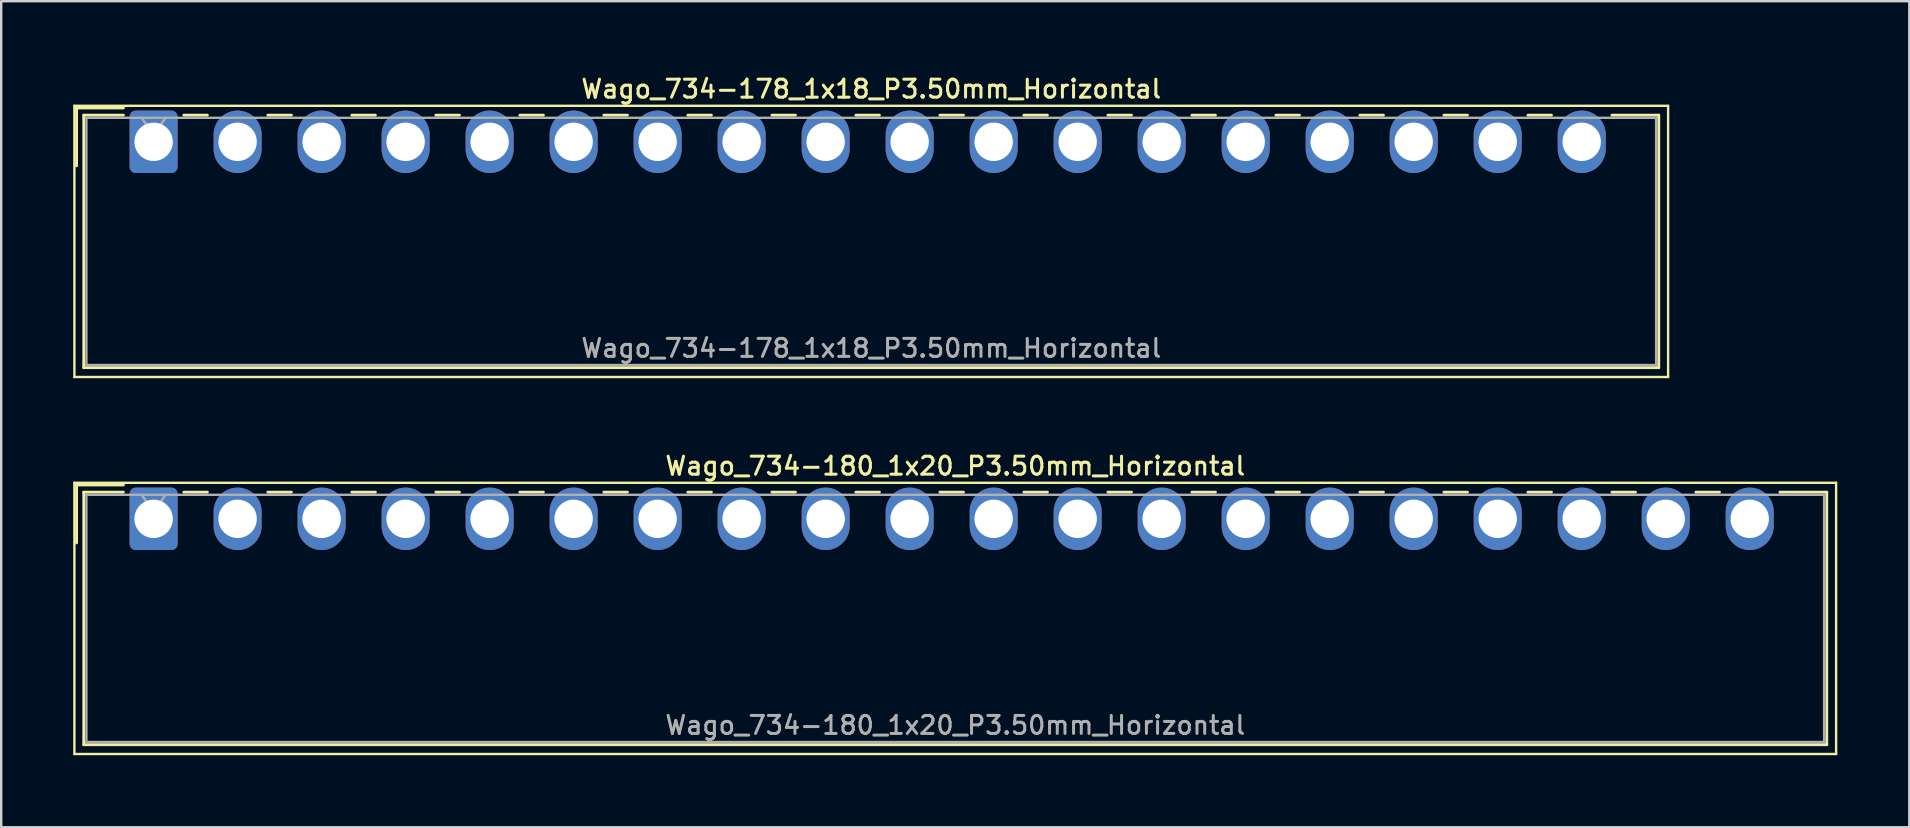
<source format=kicad_pcb>
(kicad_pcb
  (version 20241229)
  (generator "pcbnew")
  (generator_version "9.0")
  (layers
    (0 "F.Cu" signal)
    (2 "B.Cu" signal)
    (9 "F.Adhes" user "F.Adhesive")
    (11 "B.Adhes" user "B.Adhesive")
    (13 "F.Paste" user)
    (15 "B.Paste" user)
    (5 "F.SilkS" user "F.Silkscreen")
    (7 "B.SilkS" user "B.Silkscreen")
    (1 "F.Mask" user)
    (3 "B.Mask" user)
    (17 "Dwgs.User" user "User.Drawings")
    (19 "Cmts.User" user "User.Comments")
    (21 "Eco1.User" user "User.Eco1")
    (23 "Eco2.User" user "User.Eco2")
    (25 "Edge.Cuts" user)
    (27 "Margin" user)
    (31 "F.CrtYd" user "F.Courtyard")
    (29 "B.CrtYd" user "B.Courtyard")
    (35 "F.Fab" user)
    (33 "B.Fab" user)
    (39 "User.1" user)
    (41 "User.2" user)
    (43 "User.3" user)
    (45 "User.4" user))
  (footprint "Wago_734-180_1x20_P3.50mm_Horizontal"
    (layer "F.Cu")
    (at 3.35 18.566)
    (property "Reference" "Wago_734-180_1x20_P3.50mm_Horizontal" (at 33.4 -2.2 0) (layer "F.SilkS") (effects (font (size 0.75 0.75) (thickness 0.125))))
    (attr through_hole)
    (fp_line (start -3.3 -1.5) (end -3.3 9.8) (stroke (width 0.1) (type solid)) (layer "F.SilkS"))
    (fp_line (start -3.3 9.8) (end 70.1 9.8) (stroke (width 0.1) (type solid)) (layer "F.SilkS"))
    (fp_line (start -3.21 -1.41) (end -1.26 -1.41) (stroke (width 0.12) (type solid)) (layer "F.SilkS"))
    (fp_line (start -3.21 1) (end -3.21 -1.41) (stroke (width 0.12) (type solid)) (layer "F.SilkS"))
    (fp_line (start -2.91 -1.11) (end -2.91 9.41) (stroke (width 0.12) (type solid)) (layer "F.SilkS"))
    (fp_line (start -2.91 9.41) (end 69.71 9.41) (stroke (width 0.12) (type solid)) (layer "F.SilkS"))
    (fp_line (start -1.26 -1.11) (end -2.91 -1.11) (stroke (width 0.12) (type solid)) (layer "F.SilkS"))
    (fp_line (start 1.26 -1.11) (end 2.24 -1.11) (stroke (width 0.12) (type solid)) (layer "F.SilkS"))
    (fp_line (start 4.76 -1.11) (end 5.74 -1.11) (stroke (width 0.12) (type solid)) (layer "F.SilkS"))
    (fp_line (start 8.26 -1.11) (end 9.24 -1.11) (stroke (width 0.12) (type solid)) (layer "F.SilkS"))
    (fp_line (start 11.76 -1.11) (end 12.74 -1.11) (stroke (width 0.12) (type solid)) (layer "F.SilkS"))
    (fp_line (start 15.26 -1.11) (end 16.24 -1.11) (stroke (width 0.12) (type solid)) (layer "F.SilkS"))
    (fp_line (start 18.76 -1.11) (end 19.74 -1.11) (stroke (width 0.12) (type solid)) (layer "F.SilkS"))
    (fp_line (start 22.26 -1.11) (end 23.24 -1.11) (stroke (width 0.12) (type solid)) (layer "F.SilkS"))
    (fp_line (start 25.76 -1.11) (end 26.74 -1.11) (stroke (width 0.12) (type solid)) (layer "F.SilkS"))
    (fp_line (start 29.26 -1.11) (end 30.24 -1.11) (stroke (width 0.12) (type solid)) (layer "F.SilkS"))
    (fp_line (start 32.76 -1.11) (end 33.74 -1.11) (stroke (width 0.12) (type solid)) (layer "F.SilkS"))
    (fp_line (start 36.26 -1.11) (end 37.24 -1.11) (stroke (width 0.12) (type solid)) (layer "F.SilkS"))
    (fp_line (start 39.76 -1.11) (end 40.74 -1.11) (stroke (width 0.12) (type solid)) (layer "F.SilkS"))
    (fp_line (start 43.26 -1.11) (end 44.24 -1.11) (stroke (width 0.12) (type solid)) (layer "F.SilkS"))
    (fp_line (start 46.76 -1.11) (end 47.74 -1.11) (stroke (width 0.12) (type solid)) (layer "F.SilkS"))
    (fp_line (start 50.26 -1.11) (end 51.24 -1.11) (stroke (width 0.12) (type solid)) (layer "F.SilkS"))
    (fp_line (start 53.76 -1.11) (end 54.74 -1.11) (stroke (width 0.12) (type solid)) (layer "F.SilkS"))
    (fp_line (start 57.26 -1.11) (end 58.24 -1.11) (stroke (width 0.12) (type solid)) (layer "F.SilkS"))
    (fp_line (start 60.76 -1.11) (end 61.74 -1.11) (stroke (width 0.12) (type solid)) (layer "F.SilkS"))
    (fp_line (start 64.26 -1.11) (end 65.24 -1.11) (stroke (width 0.12) (type solid)) (layer "F.SilkS"))
    (fp_line (start 69.71 -1.11) (end 67.76 -1.11) (stroke (width 0.12) (type solid)) (layer "F.SilkS"))
    (fp_line (start 69.71 9.41) (end 69.71 -1.11) (stroke (width 0.12) (type solid)) (layer "F.SilkS"))
    (fp_line (start 70.1 -1.5) (end -3.3 -1.5) (stroke (width 0.1) (type solid)) (layer "F.SilkS"))
    (fp_line (start 70.1 9.8) (end 70.1 -1.5) (stroke (width 0.1) (type solid)) (layer "F.SilkS"))
    (fp_line (start -2.8 -1) (end -2.8 9.3) (stroke (width 0.1) (type solid)) (layer "F.Fab"))
    (fp_line (start -2.8 9.3) (end 69.6 9.3) (stroke (width 0.1) (type solid)) (layer "F.Fab"))
    (fp_line (start -0.5 -1) (end 0 -0.293) (stroke (width 0.1) (type solid)) (layer "F.Fab"))
    (fp_line (start 0 -0.293) (end 0.5 -1) (stroke (width 0.1) (type solid)) (layer "F.Fab"))
    (fp_line (start 69.6 -1) (end -2.8 -1) (stroke (width 0.1) (type solid)) (layer "F.Fab"))
    (fp_line (start 69.6 9.3) (end 69.6 -1) (stroke (width 0.1) (type solid)) (layer "F.Fab"))
    (fp_text user "${REFERENCE}" (at 33.4 8.6 0) (layer "F.Fab") (effects (font (size 0.75 0.75) (thickness 0.125))))
    (pad "1" thru_hole roundrect (at 0 0) (size 2 2.6) (drill 1.6) (layers "*.Cu" "*.Mask") (roundrect_rratio 0.125))
    (pad "2" thru_hole oval (at 3.5 0) (size 2 2.6) (drill 1.6) (layers "*.Cu" "*.Mask"))
    (pad "3" thru_hole oval (at 7 0) (size 2 2.6) (drill 1.6) (layers "*.Cu" "*.Mask"))
    (pad "4" thru_hole oval (at 10.5 0) (size 2 2.6) (drill 1.6) (layers "*.Cu" "*.Mask"))
    (pad "5" thru_hole oval (at 14 0) (size 2 2.6) (drill 1.6) (layers "*.Cu" "*.Mask"))
    (pad "6" thru_hole oval (at 17.5 0) (size 2 2.6) (drill 1.6) (layers "*.Cu" "*.Mask"))
    (pad "7" thru_hole oval (at 21 0) (size 2 2.6) (drill 1.6) (layers "*.Cu" "*.Mask"))
    (pad "8" thru_hole oval (at 24.5 0) (size 2 2.6) (drill 1.6) (layers "*.Cu" "*.Mask"))
    (pad "9" thru_hole oval (at 28 0) (size 2 2.6) (drill 1.6) (layers "*.Cu" "*.Mask"))
    (pad "10" thru_hole oval (at 31.5 0) (size 2 2.6) (drill 1.6) (layers "*.Cu" "*.Mask"))
    (pad "11" thru_hole oval (at 35 0) (size 2 2.6) (drill 1.6) (layers "*.Cu" "*.Mask"))
    (pad "12" thru_hole oval (at 38.5 0) (size 2 2.6) (drill 1.6) (layers "*.Cu" "*.Mask"))
    (pad "13" thru_hole oval (at 42 0) (size 2 2.6) (drill 1.6) (layers "*.Cu" "*.Mask"))
    (pad "14" thru_hole oval (at 45.5 0) (size 2 2.6) (drill 1.6) (layers "*.Cu" "*.Mask"))
    (pad "15" thru_hole oval (at 49 0) (size 2 2.6) (drill 1.6) (layers "*.Cu" "*.Mask"))
    (pad "16" thru_hole oval (at 52.5 0) (size 2 2.6) (drill 1.6) (layers "*.Cu" "*.Mask"))
    (pad "17" thru_hole oval (at 56 0) (size 2 2.6) (drill 1.6) (layers "*.Cu" "*.Mask"))
    (pad "18" thru_hole oval (at 59.5 0) (size 2 2.6) (drill 1.6) (layers "*.Cu" "*.Mask"))
    (pad "19" thru_hole oval (at 63 0) (size 2 2.6) (drill 1.6) (layers "*.Cu" "*.Mask"))
    (pad "20" thru_hole oval (at 66.5 0) (size 2 2.6) (drill 1.6) (layers "*.Cu" "*.Mask")))
  (footprint "Wago_734-178_1x18_P3.50mm_Horizontal"
    (layer "F.Cu")
    (at 3.35 2.858)
    (property "Reference" "Wago_734-178_1x18_P3.50mm_Horizontal" (at 29.9 -2.2 0) (layer "F.SilkS") (effects (font (size 0.75 0.75) (thickness 0.125))))
    (attr through_hole)
    (fp_line (start -3.3 -1.5) (end -3.3 9.8) (stroke (width 0.1) (type solid)) (layer "F.SilkS"))
    (fp_line (start -3.3 9.8) (end 63.1 9.8) (stroke (width 0.1) (type solid)) (layer "F.SilkS"))
    (fp_line (start -3.21 -1.41) (end -1.26 -1.41) (stroke (width 0.12) (type solid)) (layer "F.SilkS"))
    (fp_line (start -3.21 1) (end -3.21 -1.41) (stroke (width 0.12) (type solid)) (layer "F.SilkS"))
    (fp_line (start -2.91 -1.11) (end -2.91 9.41) (stroke (width 0.12) (type solid)) (layer "F.SilkS"))
    (fp_line (start -2.91 9.41) (end 62.71 9.41) (stroke (width 0.12) (type solid)) (layer "F.SilkS"))
    (fp_line (start -1.26 -1.11) (end -2.91 -1.11) (stroke (width 0.12) (type solid)) (layer "F.SilkS"))
    (fp_line (start 1.26 -1.11) (end 2.24 -1.11) (stroke (width 0.12) (type solid)) (layer "F.SilkS"))
    (fp_line (start 4.76 -1.11) (end 5.74 -1.11) (stroke (width 0.12) (type solid)) (layer "F.SilkS"))
    (fp_line (start 8.26 -1.11) (end 9.24 -1.11) (stroke (width 0.12) (type solid)) (layer "F.SilkS"))
    (fp_line (start 11.76 -1.11) (end 12.74 -1.11) (stroke (width 0.12) (type solid)) (layer "F.SilkS"))
    (fp_line (start 15.26 -1.11) (end 16.24 -1.11) (stroke (width 0.12) (type solid)) (layer "F.SilkS"))
    (fp_line (start 18.76 -1.11) (end 19.74 -1.11) (stroke (width 0.12) (type solid)) (layer "F.SilkS"))
    (fp_line (start 22.26 -1.11) (end 23.24 -1.11) (stroke (width 0.12) (type solid)) (layer "F.SilkS"))
    (fp_line (start 25.76 -1.11) (end 26.74 -1.11) (stroke (width 0.12) (type solid)) (layer "F.SilkS"))
    (fp_line (start 29.26 -1.11) (end 30.24 -1.11) (stroke (width 0.12) (type solid)) (layer "F.SilkS"))
    (fp_line (start 32.76 -1.11) (end 33.74 -1.11) (stroke (width 0.12) (type solid)) (layer "F.SilkS"))
    (fp_line (start 36.26 -1.11) (end 37.24 -1.11) (stroke (width 0.12) (type solid)) (layer "F.SilkS"))
    (fp_line (start 39.76 -1.11) (end 40.74 -1.11) (stroke (width 0.12) (type solid)) (layer "F.SilkS"))
    (fp_line (start 43.26 -1.11) (end 44.24 -1.11) (stroke (width 0.12) (type solid)) (layer "F.SilkS"))
    (fp_line (start 46.76 -1.11) (end 47.74 -1.11) (stroke (width 0.12) (type solid)) (layer "F.SilkS"))
    (fp_line (start 50.26 -1.11) (end 51.24 -1.11) (stroke (width 0.12) (type solid)) (layer "F.SilkS"))
    (fp_line (start 53.76 -1.11) (end 54.74 -1.11) (stroke (width 0.12) (type solid)) (layer "F.SilkS"))
    (fp_line (start 57.26 -1.11) (end 58.24 -1.11) (stroke (width 0.12) (type solid)) (layer "F.SilkS"))
    (fp_line (start 62.71 -1.11) (end 60.76 -1.11) (stroke (width 0.12) (type solid)) (layer "F.SilkS"))
    (fp_line (start 62.71 9.41) (end 62.71 -1.11) (stroke (width 0.12) (type solid)) (layer "F.SilkS"))
    (fp_line (start 63.1 -1.5) (end -3.3 -1.5) (stroke (width 0.1) (type solid)) (layer "F.SilkS"))
    (fp_line (start 63.1 9.8) (end 63.1 -1.5) (stroke (width 0.1) (type solid)) (layer "F.SilkS"))
    (fp_line (start -2.8 -1) (end -2.8 9.3) (stroke (width 0.1) (type solid)) (layer "F.Fab"))
    (fp_line (start -2.8 9.3) (end 62.6 9.3) (stroke (width 0.1) (type solid)) (layer "F.Fab"))
    (fp_line (start -0.5 -1) (end 0 -0.293) (stroke (width 0.1) (type solid)) (layer "F.Fab"))
    (fp_line (start 0 -0.293) (end 0.5 -1) (stroke (width 0.1) (type solid)) (layer "F.Fab"))
    (fp_line (start 62.6 -1) (end -2.8 -1) (stroke (width 0.1) (type solid)) (layer "F.Fab"))
    (fp_line (start 62.6 9.3) (end 62.6 -1) (stroke (width 0.1) (type solid)) (layer "F.Fab"))
    (fp_text user "${REFERENCE}" (at 29.9 8.6 0) (layer "F.Fab") (effects (font (size 0.75 0.75) (thickness 0.125))))
    (pad "1" thru_hole roundrect (at 0 0) (size 2 2.6) (drill 1.6) (layers "*.Cu" "*.Mask") (roundrect_rratio 0.125))
    (pad "2" thru_hole oval (at 3.5 0) (size 2 2.6) (drill 1.6) (layers "*.Cu" "*.Mask"))
    (pad "3" thru_hole oval (at 7 0) (size 2 2.6) (drill 1.6) (layers "*.Cu" "*.Mask"))
    (pad "4" thru_hole oval (at 10.5 0) (size 2 2.6) (drill 1.6) (layers "*.Cu" "*.Mask"))
    (pad "5" thru_hole oval (at 14 0) (size 2 2.6) (drill 1.6) (layers "*.Cu" "*.Mask"))
    (pad "6" thru_hole oval (at 17.5 0) (size 2 2.6) (drill 1.6) (layers "*.Cu" "*.Mask"))
    (pad "7" thru_hole oval (at 21 0) (size 2 2.6) (drill 1.6) (layers "*.Cu" "*.Mask"))
    (pad "8" thru_hole oval (at 24.5 0) (size 2 2.6) (drill 1.6) (layers "*.Cu" "*.Mask"))
    (pad "9" thru_hole oval (at 28 0) (size 2 2.6) (drill 1.6) (layers "*.Cu" "*.Mask"))
    (pad "10" thru_hole oval (at 31.5 0) (size 2 2.6) (drill 1.6) (layers "*.Cu" "*.Mask"))
    (pad "11" thru_hole oval (at 35 0) (size 2 2.6) (drill 1.6) (layers "*.Cu" "*.Mask"))
    (pad "12" thru_hole oval (at 38.5 0) (size 2 2.6) (drill 1.6) (layers "*.Cu" "*.Mask"))
    (pad "13" thru_hole oval (at 42 0) (size 2 2.6) (drill 1.6) (layers "*.Cu" "*.Mask"))
    (pad "14" thru_hole oval (at 45.5 0) (size 2 2.6) (drill 1.6) (layers "*.Cu" "*.Mask"))
    (pad "15" thru_hole oval (at 49 0) (size 2 2.6) (drill 1.6) (layers "*.Cu" "*.Mask"))
    (pad "16" thru_hole oval (at 52.5 0) (size 2 2.6) (drill 1.6) (layers "*.Cu" "*.Mask"))
    (pad "17" thru_hole oval (at 56 0) (size 2 2.6) (drill 1.6) (layers "*.Cu" "*.Mask"))
    (pad "18" thru_hole oval (at 59.5 0) (size 2 2.6) (drill 1.6) (layers "*.Cu" "*.Mask")))
  (gr_rect
    (start -3 -3)
    (end 76.5 31.416)
    (stroke (width 0.1) (type default))
    (fill no)
    (layer "Edge.Cuts")))
</source>
